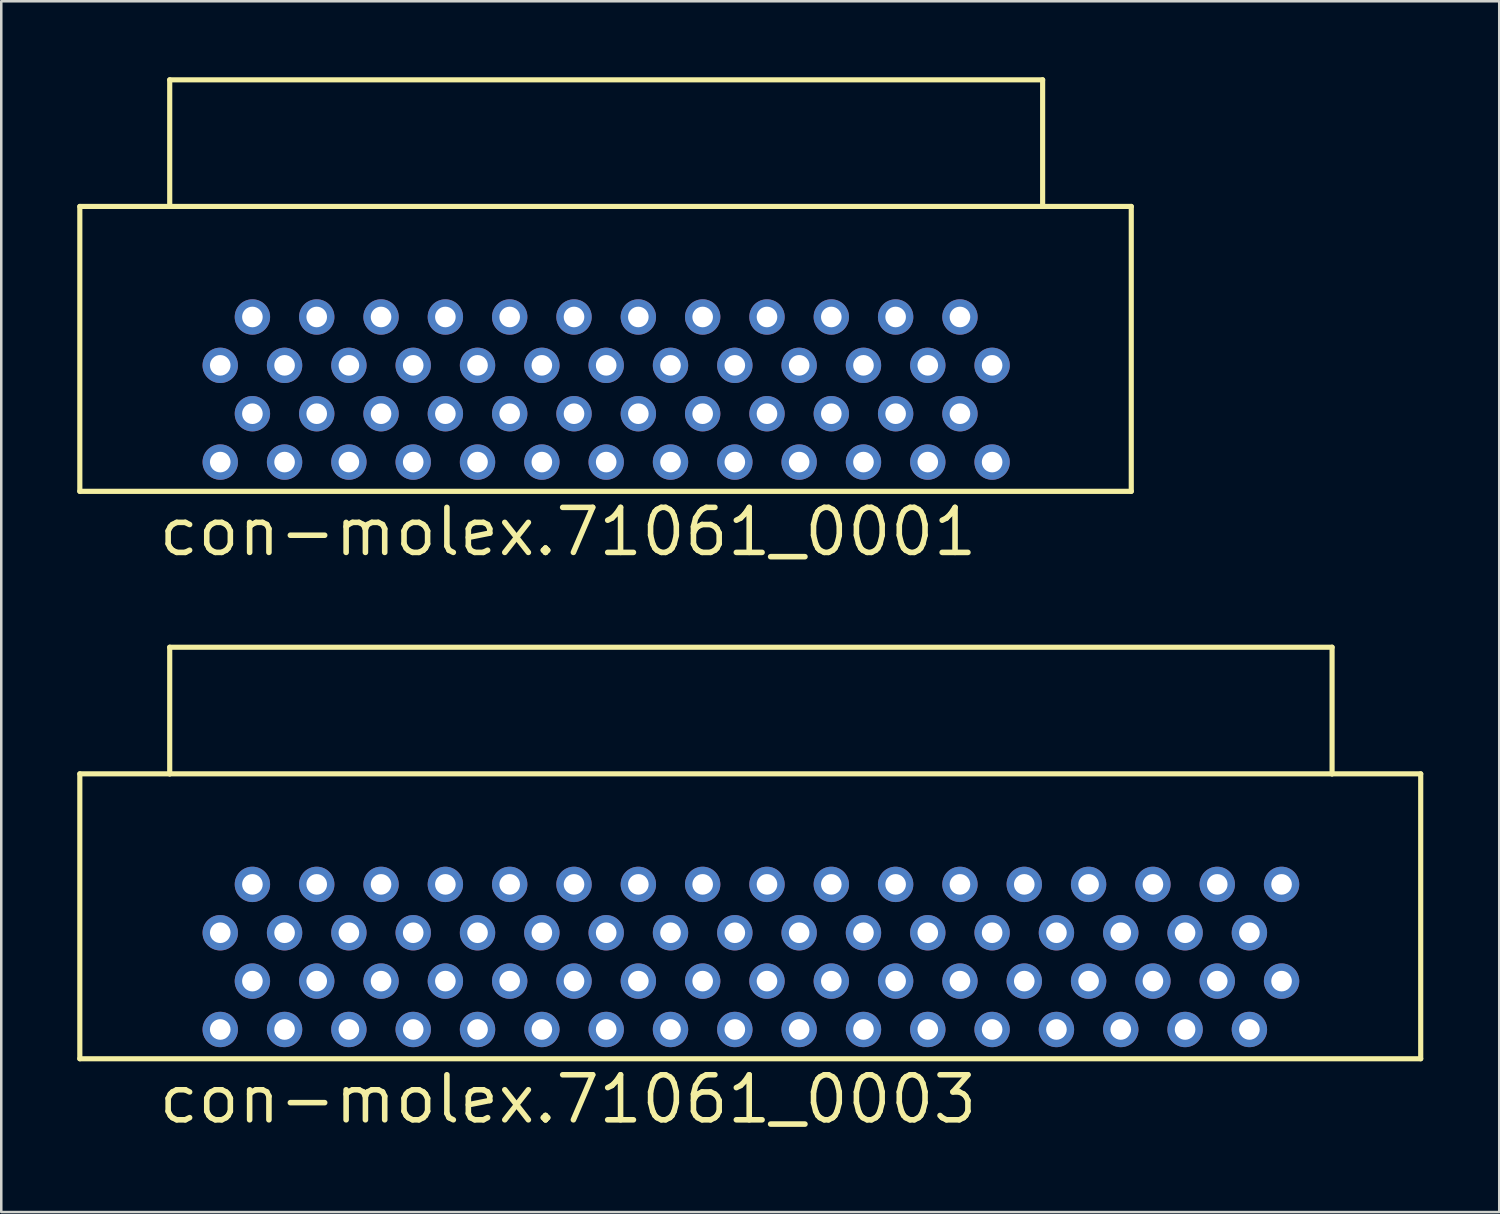
<source format=kicad_pcb>
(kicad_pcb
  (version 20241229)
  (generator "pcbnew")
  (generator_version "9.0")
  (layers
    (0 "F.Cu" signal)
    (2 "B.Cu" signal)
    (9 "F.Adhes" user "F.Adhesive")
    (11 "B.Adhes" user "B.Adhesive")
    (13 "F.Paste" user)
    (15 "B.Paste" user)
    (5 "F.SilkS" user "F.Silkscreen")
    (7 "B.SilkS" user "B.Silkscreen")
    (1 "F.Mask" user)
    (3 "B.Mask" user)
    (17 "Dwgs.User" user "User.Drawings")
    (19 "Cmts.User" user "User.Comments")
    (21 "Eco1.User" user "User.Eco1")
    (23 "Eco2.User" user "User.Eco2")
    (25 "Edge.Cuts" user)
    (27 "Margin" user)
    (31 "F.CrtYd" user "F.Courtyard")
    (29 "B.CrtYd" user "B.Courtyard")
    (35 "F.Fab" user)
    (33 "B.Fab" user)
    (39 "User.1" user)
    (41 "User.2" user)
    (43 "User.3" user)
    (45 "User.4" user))
  (footprint "con-molex.71061_0003"
    (layer "F.Cu")
    (at 26.602 31.873)
    (property "Reference" "con-molex.71061_0003" (at -23.495 9.525 0) (layer "F.SilkS") (effects (font (size 1.778 1.778) (thickness 0.22)) (justify left bottom)))
    (attr through_hole)
    (fp_line (start -26.5 -4.365) (end -22.95 -4.365) (stroke (width 0.203) (type default)) (layer "F.SilkS"))
    (fp_line (start -26.5 6.885) (end -26.5 -4.365) (stroke (width 0.203) (type default)) (layer "F.SilkS"))
    (fp_line (start -22.95 -9.365) (end 22.95 -9.365) (stroke (width 0.203) (type default)) (layer "F.SilkS"))
    (fp_line (start -22.95 -4.365) (end -22.95 -9.365) (stroke (width 0.203) (type default)) (layer "F.SilkS"))
    (fp_line (start 22.95 -9.365) (end 22.95 -4.365) (stroke (width 0.203) (type default)) (layer "F.SilkS"))
    (fp_line (start 22.95 -4.365) (end -22.95 -4.365) (stroke (width 0.203) (type default)) (layer "F.SilkS"))
    (fp_line (start 22.95 -4.365) (end 26.45 -4.365) (stroke (width 0.203) (type default)) (layer "F.SilkS"))
    (fp_line (start 26.45 -4.365) (end 26.45 6.885) (stroke (width 0.203) (type default)) (layer "F.SilkS"))
    (fp_line (start 26.45 6.885) (end -26.5 6.885) (stroke (width 0.203) (type default)) (layer "F.SilkS"))
    (pad "1" thru_hole circle (at -20.955 5.73 180) (size 1.397 1.397) (drill 0.813) (layers "*.Cu" "*.Mask"))
    (pad "2" thru_hole circle (at -19.685 3.82 180) (size 1.397 1.397) (drill 0.813) (layers "*.Cu" "*.Mask"))
    (pad "3" thru_hole circle (at -18.415 5.73 180) (size 1.397 1.397) (drill 0.813) (layers "*.Cu" "*.Mask"))
    (pad "4" thru_hole circle (at -17.145 3.82 180) (size 1.397 1.397) (drill 0.813) (layers "*.Cu" "*.Mask"))
    (pad "5" thru_hole circle (at -15.875 5.73 180) (size 1.397 1.397) (drill 0.813) (layers "*.Cu" "*.Mask"))
    (pad "6" thru_hole circle (at -14.605 3.82 180) (size 1.397 1.397) (drill 0.813) (layers "*.Cu" "*.Mask"))
    (pad "7" thru_hole circle (at -13.335 5.73 180) (size 1.397 1.397) (drill 0.813) (layers "*.Cu" "*.Mask"))
    (pad "8" thru_hole circle (at -12.065 3.82 180) (size 1.397 1.397) (drill 0.813) (layers "*.Cu" "*.Mask"))
    (pad "9" thru_hole circle (at -10.795 5.73 180) (size 1.397 1.397) (drill 0.813) (layers "*.Cu" "*.Mask"))
    (pad "10" thru_hole circle (at -9.525 3.82 180) (size 1.397 1.397) (drill 0.813) (layers "*.Cu" "*.Mask"))
    (pad "11" thru_hole circle (at -8.255 5.73 180) (size 1.397 1.397) (drill 0.813) (layers "*.Cu" "*.Mask"))
    (pad "12" thru_hole circle (at -6.985 3.82 180) (size 1.397 1.397) (drill 0.813) (layers "*.Cu" "*.Mask"))
    (pad "13" thru_hole circle (at -5.715 5.73 180) (size 1.397 1.397) (drill 0.813) (layers "*.Cu" "*.Mask"))
    (pad "14" thru_hole circle (at -4.445 3.82 180) (size 1.397 1.397) (drill 0.813) (layers "*.Cu" "*.Mask"))
    (pad "15" thru_hole circle (at -3.175 5.73 180) (size 1.397 1.397) (drill 0.813) (layers "*.Cu" "*.Mask"))
    (pad "16" thru_hole circle (at -1.905 3.82 180) (size 1.397 1.397) (drill 0.813) (layers "*.Cu" "*.Mask"))
    (pad "17" thru_hole circle (at -0.635 5.73 180) (size 1.397 1.397) (drill 0.813) (layers "*.Cu" "*.Mask"))
    (pad "18" thru_hole circle (at 0.635 3.82 180) (size 1.397 1.397) (drill 0.813) (layers "*.Cu" "*.Mask"))
    (pad "19" thru_hole circle (at 1.905 5.73 180) (size 1.397 1.397) (drill 0.813) (layers "*.Cu" "*.Mask"))
    (pad "20" thru_hole circle (at 3.175 3.82 180) (size 1.397 1.397) (drill 0.813) (layers "*.Cu" "*.Mask"))
    (pad "21" thru_hole circle (at 4.445 5.73 180) (size 1.397 1.397) (drill 0.813) (layers "*.Cu" "*.Mask"))
    (pad "22" thru_hole circle (at 5.715 3.82 180) (size 1.397 1.397) (drill 0.813) (layers "*.Cu" "*.Mask"))
    (pad "23" thru_hole circle (at 6.985 5.73 180) (size 1.397 1.397) (drill 0.813) (layers "*.Cu" "*.Mask"))
    (pad "24" thru_hole circle (at 8.255 3.82 180) (size 1.397 1.397) (drill 0.813) (layers "*.Cu" "*.Mask"))
    (pad "25" thru_hole circle (at 9.525 5.73 180) (size 1.397 1.397) (drill 0.813) (layers "*.Cu" "*.Mask"))
    (pad "26" thru_hole circle (at 10.795 3.82 180) (size 1.397 1.397) (drill 0.813) (layers "*.Cu" "*.Mask"))
    (pad "27" thru_hole circle (at 12.065 5.73 180) (size 1.397 1.397) (drill 0.813) (layers "*.Cu" "*.Mask"))
    (pad "28" thru_hole circle (at 13.335 3.82 180) (size 1.397 1.397) (drill 0.813) (layers "*.Cu" "*.Mask"))
    (pad "29" thru_hole circle (at 14.605 5.73 180) (size 1.397 1.397) (drill 0.813) (layers "*.Cu" "*.Mask"))
    (pad "30" thru_hole circle (at 15.875 3.82 180) (size 1.397 1.397) (drill 0.813) (layers "*.Cu" "*.Mask"))
    (pad "31" thru_hole circle (at 17.145 5.73 180) (size 1.397 1.397) (drill 0.813) (layers "*.Cu" "*.Mask"))
    (pad "32" thru_hole circle (at 18.415 3.82 180) (size 1.397 1.397) (drill 0.813) (layers "*.Cu" "*.Mask"))
    (pad "33" thru_hole circle (at 19.685 5.73 180) (size 1.397 1.397) (drill 0.813) (layers "*.Cu" "*.Mask"))
    (pad "34" thru_hole circle (at 20.955 3.82 180) (size 1.397 1.397) (drill 0.813) (layers "*.Cu" "*.Mask"))
    (pad "35" thru_hole circle (at -20.955 1.91 180) (size 1.397 1.397) (drill 0.813) (layers "*.Cu" "*.Mask"))
    (pad "36" thru_hole circle (at -19.685 0 180) (size 1.397 1.397) (drill 0.813) (layers "*.Cu" "*.Mask"))
    (pad "37" thru_hole circle (at -18.415 1.91 180) (size 1.397 1.397) (drill 0.813) (layers "*.Cu" "*.Mask"))
    (pad "38" thru_hole circle (at -17.145 0 180) (size 1.397 1.397) (drill 0.813) (layers "*.Cu" "*.Mask"))
    (pad "39" thru_hole circle (at -15.875 1.91 180) (size 1.397 1.397) (drill 0.813) (layers "*.Cu" "*.Mask"))
    (pad "40" thru_hole circle (at -14.605 0 180) (size 1.397 1.397) (drill 0.813) (layers "*.Cu" "*.Mask"))
    (pad "41" thru_hole circle (at -13.335 1.91 180) (size 1.397 1.397) (drill 0.813) (layers "*.Cu" "*.Mask"))
    (pad "42" thru_hole circle (at -12.065 0 180) (size 1.397 1.397) (drill 0.813) (layers "*.Cu" "*.Mask"))
    (pad "43" thru_hole circle (at -10.795 1.91 180) (size 1.397 1.397) (drill 0.813) (layers "*.Cu" "*.Mask"))
    (pad "44" thru_hole circle (at -9.525 0 180) (size 1.397 1.397) (drill 0.813) (layers "*.Cu" "*.Mask"))
    (pad "45" thru_hole circle (at -8.255 1.91 180) (size 1.397 1.397) (drill 0.813) (layers "*.Cu" "*.Mask"))
    (pad "46" thru_hole circle (at -6.985 0 180) (size 1.397 1.397) (drill 0.813) (layers "*.Cu" "*.Mask"))
    (pad "47" thru_hole circle (at -5.715 1.91 180) (size 1.397 1.397) (drill 0.813) (layers "*.Cu" "*.Mask"))
    (pad "48" thru_hole circle (at -4.445 0 180) (size 1.397 1.397) (drill 0.813) (layers "*.Cu" "*.Mask"))
    (pad "49" thru_hole circle (at -3.175 1.91 180) (size 1.397 1.397) (drill 0.813) (layers "*.Cu" "*.Mask"))
    (pad "50" thru_hole circle (at -1.905 0 180) (size 1.397 1.397) (drill 0.813) (layers "*.Cu" "*.Mask"))
    (pad "51" thru_hole circle (at -0.635 1.91 180) (size 1.397 1.397) (drill 0.813) (layers "*.Cu" "*.Mask"))
    (pad "52" thru_hole circle (at 0.635 0 180) (size 1.397 1.397) (drill 0.813) (layers "*.Cu" "*.Mask"))
    (pad "53" thru_hole circle (at 1.905 1.91 180) (size 1.397 1.397) (drill 0.813) (layers "*.Cu" "*.Mask"))
    (pad "54" thru_hole circle (at 3.175 0 180) (size 1.397 1.397) (drill 0.813) (layers "*.Cu" "*.Mask"))
    (pad "55" thru_hole circle (at 4.445 1.91 180) (size 1.397 1.397) (drill 0.813) (layers "*.Cu" "*.Mask"))
    (pad "56" thru_hole circle (at 5.715 0 180) (size 1.397 1.397) (drill 0.813) (layers "*.Cu" "*.Mask"))
    (pad "57" thru_hole circle (at 6.985 1.91 180) (size 1.397 1.397) (drill 0.813) (layers "*.Cu" "*.Mask"))
    (pad "58" thru_hole circle (at 8.255 0 180) (size 1.397 1.397) (drill 0.813) (layers "*.Cu" "*.Mask"))
    (pad "59" thru_hole circle (at 9.525 1.91 180) (size 1.397 1.397) (drill 0.813) (layers "*.Cu" "*.Mask"))
    (pad "60" thru_hole circle (at 10.795 0 180) (size 1.397 1.397) (drill 0.813) (layers "*.Cu" "*.Mask"))
    (pad "61" thru_hole circle (at 12.065 1.91 180) (size 1.397 1.397) (drill 0.813) (layers "*.Cu" "*.Mask"))
    (pad "62" thru_hole circle (at 13.335 0 180) (size 1.397 1.397) (drill 0.813) (layers "*.Cu" "*.Mask"))
    (pad "63" thru_hole circle (at 14.605 1.91 180) (size 1.397 1.397) (drill 0.813) (layers "*.Cu" "*.Mask"))
    (pad "64" thru_hole circle (at 15.875 0 180) (size 1.397 1.397) (drill 0.813) (layers "*.Cu" "*.Mask"))
    (pad "65" thru_hole circle (at 17.145 1.91 180) (size 1.397 1.397) (drill 0.813) (layers "*.Cu" "*.Mask"))
    (pad "66" thru_hole circle (at 18.415 0 180) (size 1.397 1.397) (drill 0.813) (layers "*.Cu" "*.Mask"))
    (pad "67" thru_hole circle (at 19.685 1.91 180) (size 1.397 1.397) (drill 0.813) (layers "*.Cu" "*.Mask"))
    (pad "68" thru_hole circle (at 20.955 0 180) (size 1.397 1.397) (drill 0.813) (layers "*.Cu" "*.Mask")))
  (footprint "con-molex.71061_0001"
    (layer "F.Cu")
    (at 20.887 9.467)
    (property "Reference" "con-molex.71061_0001" (at -17.78 9.525 0) (layer "F.SilkS") (effects (font (size 1.778 1.778) (thickness 0.22)) (justify left bottom)))
    (attr through_hole)
    (fp_line (start -20.785 -4.365) (end -17.235 -4.365) (stroke (width 0.203) (type default)) (layer "F.SilkS"))
    (fp_line (start -20.785 6.885) (end -20.785 -4.365) (stroke (width 0.203) (type default)) (layer "F.SilkS"))
    (fp_line (start -17.235 -9.365) (end 17.235 -9.365) (stroke (width 0.203) (type default)) (layer "F.SilkS"))
    (fp_line (start -17.235 -4.365) (end -17.235 -9.365) (stroke (width 0.203) (type default)) (layer "F.SilkS"))
    (fp_line (start 17.235 -9.365) (end 17.235 -4.365) (stroke (width 0.203) (type default)) (layer "F.SilkS"))
    (fp_line (start 17.235 -4.365) (end -17.235 -4.365) (stroke (width 0.203) (type default)) (layer "F.SilkS"))
    (fp_line (start 17.235 -4.365) (end 20.735 -4.365) (stroke (width 0.203) (type default)) (layer "F.SilkS"))
    (fp_line (start 20.735 -4.365) (end 20.735 6.885) (stroke (width 0.203) (type default)) (layer "F.SilkS"))
    (fp_line (start 20.735 6.885) (end -20.785 6.885) (stroke (width 0.203) (type default)) (layer "F.SilkS"))
    (pad "1" thru_hole circle (at -15.24 5.73 180) (size 1.397 1.397) (drill 0.813) (layers "*.Cu" "*.Mask"))
    (pad "2" thru_hole circle (at -13.97 3.82 180) (size 1.397 1.397) (drill 0.813) (layers "*.Cu" "*.Mask"))
    (pad "3" thru_hole circle (at -12.7 5.73 180) (size 1.397 1.397) (drill 0.813) (layers "*.Cu" "*.Mask"))
    (pad "4" thru_hole circle (at -11.43 3.82 180) (size 1.397 1.397) (drill 0.813) (layers "*.Cu" "*.Mask"))
    (pad "5" thru_hole circle (at -10.16 5.73 180) (size 1.397 1.397) (drill 0.813) (layers "*.Cu" "*.Mask"))
    (pad "6" thru_hole circle (at -8.89 3.82 180) (size 1.397 1.397) (drill 0.813) (layers "*.Cu" "*.Mask"))
    (pad "7" thru_hole circle (at -7.62 5.73 180) (size 1.397 1.397) (drill 0.813) (layers "*.Cu" "*.Mask"))
    (pad "8" thru_hole circle (at -6.35 3.82 180) (size 1.397 1.397) (drill 0.813) (layers "*.Cu" "*.Mask"))
    (pad "9" thru_hole circle (at -5.08 5.73 180) (size 1.397 1.397) (drill 0.813) (layers "*.Cu" "*.Mask"))
    (pad "10" thru_hole circle (at -3.81 3.82 180) (size 1.397 1.397) (drill 0.813) (layers "*.Cu" "*.Mask"))
    (pad "11" thru_hole circle (at -2.54 5.73 180) (size 1.397 1.397) (drill 0.813) (layers "*.Cu" "*.Mask"))
    (pad "12" thru_hole circle (at -1.27 3.82 180) (size 1.397 1.397) (drill 0.813) (layers "*.Cu" "*.Mask"))
    (pad "13" thru_hole circle (at 0 5.73 180) (size 1.397 1.397) (drill 0.813) (layers "*.Cu" "*.Mask"))
    (pad "14" thru_hole circle (at 1.27 3.82 180) (size 1.397 1.397) (drill 0.813) (layers "*.Cu" "*.Mask"))
    (pad "15" thru_hole circle (at 2.54 5.73 180) (size 1.397 1.397) (drill 0.813) (layers "*.Cu" "*.Mask"))
    (pad "16" thru_hole circle (at 3.81 3.82 180) (size 1.397 1.397) (drill 0.813) (layers "*.Cu" "*.Mask"))
    (pad "17" thru_hole circle (at 5.08 5.73 180) (size 1.397 1.397) (drill 0.813) (layers "*.Cu" "*.Mask"))
    (pad "18" thru_hole circle (at 6.35 3.82 180) (size 1.397 1.397) (drill 0.813) (layers "*.Cu" "*.Mask"))
    (pad "19" thru_hole circle (at 7.62 5.73 180) (size 1.397 1.397) (drill 0.813) (layers "*.Cu" "*.Mask"))
    (pad "20" thru_hole circle (at 8.89 3.82 180) (size 1.397 1.397) (drill 0.813) (layers "*.Cu" "*.Mask"))
    (pad "21" thru_hole circle (at 10.16 5.73 180) (size 1.397 1.397) (drill 0.813) (layers "*.Cu" "*.Mask"))
    (pad "22" thru_hole circle (at 11.43 3.82 180) (size 1.397 1.397) (drill 0.813) (layers "*.Cu" "*.Mask"))
    (pad "23" thru_hole circle (at 12.7 5.73 180) (size 1.397 1.397) (drill 0.813) (layers "*.Cu" "*.Mask"))
    (pad "24" thru_hole circle (at 13.97 3.82 180) (size 1.397 1.397) (drill 0.813) (layers "*.Cu" "*.Mask"))
    (pad "25" thru_hole circle (at 15.24 5.73 180) (size 1.397 1.397) (drill 0.813) (layers "*.Cu" "*.Mask"))
    (pad "26" thru_hole circle (at -15.24 1.91 180) (size 1.397 1.397) (drill 0.813) (layers "*.Cu" "*.Mask"))
    (pad "27" thru_hole circle (at -13.97 0 180) (size 1.397 1.397) (drill 0.813) (layers "*.Cu" "*.Mask"))
    (pad "28" thru_hole circle (at -12.7 1.91 180) (size 1.397 1.397) (drill 0.813) (layers "*.Cu" "*.Mask"))
    (pad "29" thru_hole circle (at -11.43 0 180) (size 1.397 1.397) (drill 0.813) (layers "*.Cu" "*.Mask"))
    (pad "30" thru_hole circle (at -10.16 1.91 180) (size 1.397 1.397) (drill 0.813) (layers "*.Cu" "*.Mask"))
    (pad "31" thru_hole circle (at -8.89 0 180) (size 1.397 1.397) (drill 0.813) (layers "*.Cu" "*.Mask"))
    (pad "32" thru_hole circle (at -7.62 1.91 180) (size 1.397 1.397) (drill 0.813) (layers "*.Cu" "*.Mask"))
    (pad "33" thru_hole circle (at -6.35 0 180) (size 1.397 1.397) (drill 0.813) (layers "*.Cu" "*.Mask"))
    (pad "34" thru_hole circle (at -5.08 1.91 180) (size 1.397 1.397) (drill 0.813) (layers "*.Cu" "*.Mask"))
    (pad "35" thru_hole circle (at -3.81 0 180) (size 1.397 1.397) (drill 0.813) (layers "*.Cu" "*.Mask"))
    (pad "36" thru_hole circle (at -2.54 1.91 180) (size 1.397 1.397) (drill 0.813) (layers "*.Cu" "*.Mask"))
    (pad "37" thru_hole circle (at -1.27 0 180) (size 1.397 1.397) (drill 0.813) (layers "*.Cu" "*.Mask"))
    (pad "38" thru_hole circle (at 0 1.91 180) (size 1.397 1.397) (drill 0.813) (layers "*.Cu" "*.Mask"))
    (pad "39" thru_hole circle (at 1.27 0 180) (size 1.397 1.397) (drill 0.813) (layers "*.Cu" "*.Mask"))
    (pad "40" thru_hole circle (at 2.54 1.91 180) (size 1.397 1.397) (drill 0.813) (layers "*.Cu" "*.Mask"))
    (pad "41" thru_hole circle (at 3.81 0 180) (size 1.397 1.397) (drill 0.813) (layers "*.Cu" "*.Mask"))
    (pad "42" thru_hole circle (at 5.08 1.91 180) (size 1.397 1.397) (drill 0.813) (layers "*.Cu" "*.Mask"))
    (pad "43" thru_hole circle (at 6.35 0 180) (size 1.397 1.397) (drill 0.813) (layers "*.Cu" "*.Mask"))
    (pad "44" thru_hole circle (at 7.62 1.91 180) (size 1.397 1.397) (drill 0.813) (layers "*.Cu" "*.Mask"))
    (pad "45" thru_hole circle (at 8.89 0 180) (size 1.397 1.397) (drill 0.813) (layers "*.Cu" "*.Mask"))
    (pad "46" thru_hole circle (at 10.16 1.91 180) (size 1.397 1.397) (drill 0.813) (layers "*.Cu" "*.Mask"))
    (pad "47" thru_hole circle (at 11.43 0 180) (size 1.397 1.397) (drill 0.813) (layers "*.Cu" "*.Mask"))
    (pad "48" thru_hole circle (at 12.7 1.91 180) (size 1.397 1.397) (drill 0.813) (layers "*.Cu" "*.Mask"))
    (pad "49" thru_hole circle (at 13.97 0 180) (size 1.397 1.397) (drill 0.813) (layers "*.Cu" "*.Mask"))
    (pad "50" thru_hole circle (at 15.24 1.91 180) (size 1.397 1.397) (drill 0.813) (layers "*.Cu" "*.Mask")))
  (gr_rect
    (start -3 -3)
    (end 56.153 44.812)
    (stroke (width 0.1) (type default))
    (fill no)
    (layer "Edge.Cuts")))
</source>
